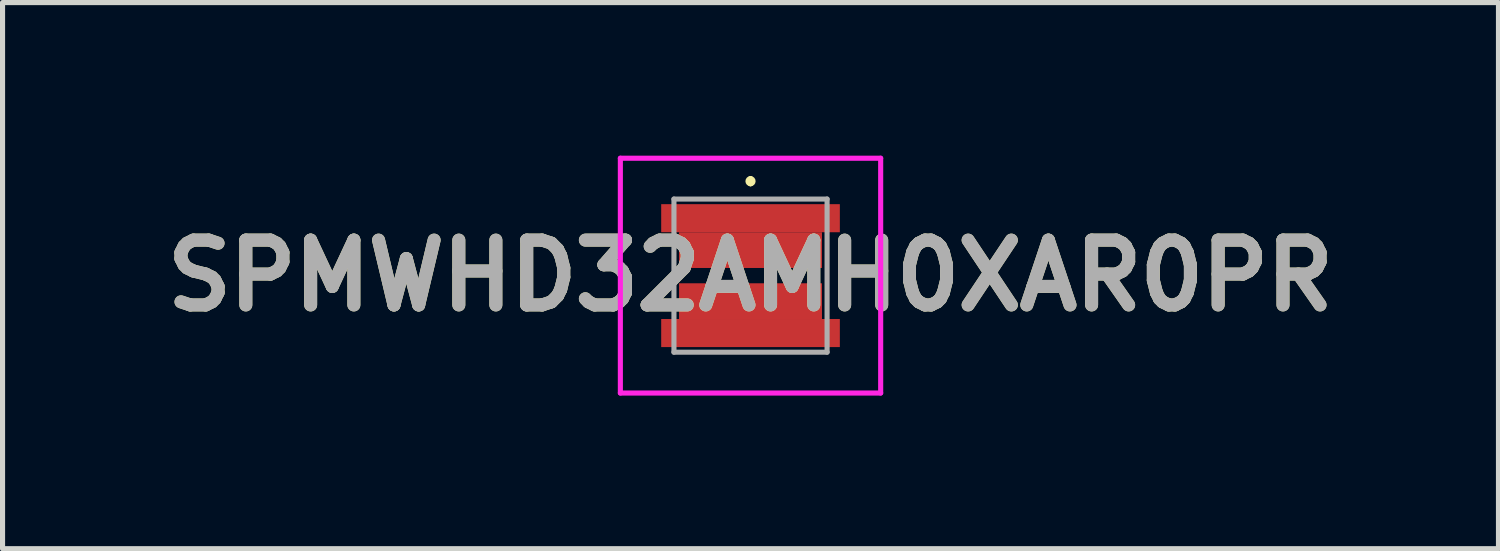
<source format=kicad_pcb>
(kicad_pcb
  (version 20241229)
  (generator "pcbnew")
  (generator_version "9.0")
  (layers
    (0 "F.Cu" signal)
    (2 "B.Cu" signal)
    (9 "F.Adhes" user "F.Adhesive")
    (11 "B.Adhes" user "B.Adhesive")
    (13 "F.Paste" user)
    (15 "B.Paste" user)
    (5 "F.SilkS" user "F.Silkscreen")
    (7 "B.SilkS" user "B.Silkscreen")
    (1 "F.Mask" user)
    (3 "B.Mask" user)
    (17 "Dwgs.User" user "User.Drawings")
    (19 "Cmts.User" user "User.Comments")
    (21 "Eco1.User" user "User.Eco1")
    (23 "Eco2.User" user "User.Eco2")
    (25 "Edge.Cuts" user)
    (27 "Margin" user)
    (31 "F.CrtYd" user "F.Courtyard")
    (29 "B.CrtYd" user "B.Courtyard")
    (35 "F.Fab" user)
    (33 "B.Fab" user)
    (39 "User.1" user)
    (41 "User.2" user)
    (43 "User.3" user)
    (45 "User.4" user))
  (footprint "SPMWHD32AMH0XAR0PR"
    (layer "F.Cu")
    (at 11.654 2.35)
    (property "Reference" "SPMWHD32AMH0XAR0PR" (at 0 0 0) (layer "F.SilkS") (effects (font (size 1.27 1.27) (thickness 0.254))))
    (attr smd)
    (fp_line (start 0 -1.9) (end 0 -1.9) (stroke (width 0.1) (type solid)) (layer "F.SilkS"))
    (fp_line (start 0 -1.8) (end 0 -1.8) (stroke (width 0.1) (type solid)) (layer "F.SilkS"))
    (fp_arc (start 0 -1.9) (mid 0.05 -1.85) (end 0 -1.8) (stroke (width 0.1) (type solid)) (layer "F.SilkS"))
    (fp_arc (start 0 -1.8) (mid -0.05 -1.85) (end 0 -1.9) (stroke (width 0.1) (type solid)) (layer "F.SilkS"))
    (fp_line (start -2.55 -2.3) (end 2.55 -2.3) (stroke (width 0.1) (type solid)) (layer "F.CrtYd"))
    (fp_line (start -2.55 2.3) (end -2.55 -2.3) (stroke (width 0.1) (type solid)) (layer "F.CrtYd"))
    (fp_line (start 2.55 -2.3) (end 2.55 2.3) (stroke (width 0.1) (type solid)) (layer "F.CrtYd"))
    (fp_line (start 2.55 2.3) (end -2.55 2.3) (stroke (width 0.1) (type solid)) (layer "F.CrtYd"))
    (fp_line (start -1.5 -1.5) (end 1.5 -1.5) (stroke (width 0.1) (type solid)) (layer "F.Fab"))
    (fp_line (start -1.5 1.5) (end -1.5 -1.5) (stroke (width 0.1) (type solid)) (layer "F.Fab"))
    (fp_line (start 1.5 -1.5) (end 1.5 1.5) (stroke (width 0.1) (type solid)) (layer "F.Fab"))
    (fp_line (start 1.5 1.5) (end -1.5 1.5) (stroke (width 0.1) (type solid)) (layer "F.Fab"))
    (fp_text user "${REFERENCE}" (at 0 0 0) (layer "F.Fab") (effects (font (size 1.27 1.27) (thickness 0.254))))
    (pad "1" smd rect (at 0 -0.5 90) (size 0.7 2.8) (layers "F.Cu" "F.Mask" "F.Paste"))
    (pad "2" smd rect (at 0 0.5 90) (size 0.7 2.8) (layers "F.Cu" "F.Mask" "F.Paste"))
    (pad "3" smd rect (at 0 -1.125 90) (size 0.55 3.5) (layers "F.Cu" "F.Mask" "F.Paste"))
    (pad "4" smd rect (at 0 1.125 90) (size 0.55 3.5) (layers "F.Cu" "F.Mask" "F.Paste")))
  (gr_rect
    (start -3 -3)
    (end 26.308 7.7)
    (stroke (width 0.1) (type default))
    (fill no)
    (layer "Edge.Cuts")))
</source>
